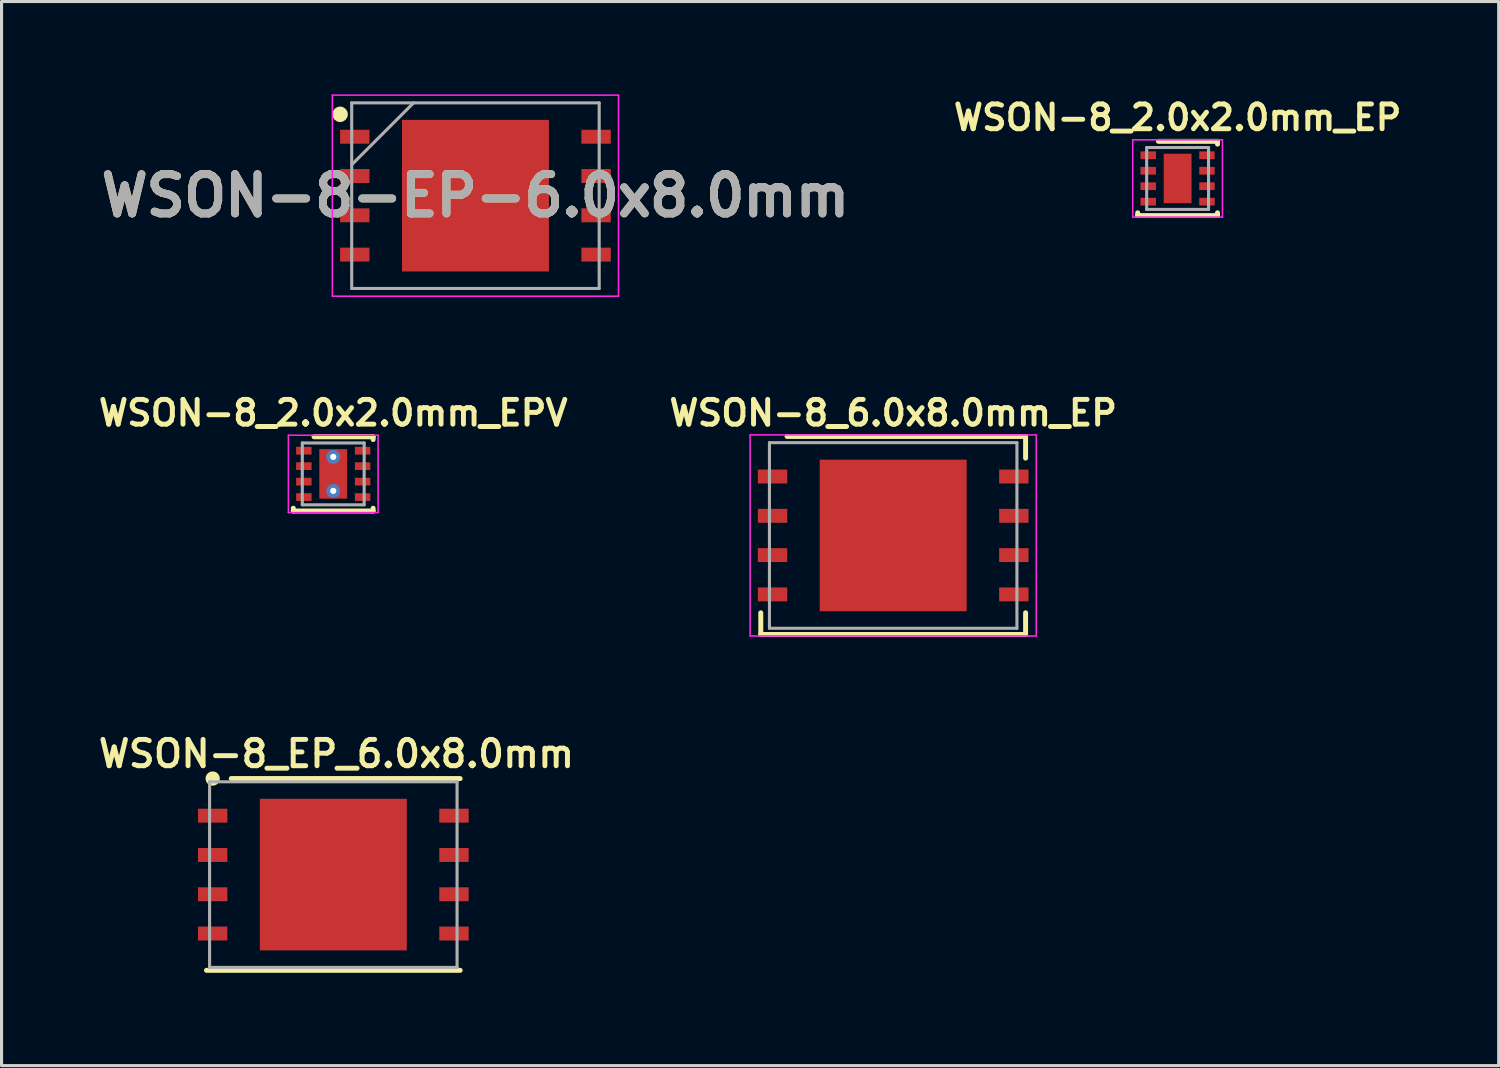
<source format=kicad_pcb>
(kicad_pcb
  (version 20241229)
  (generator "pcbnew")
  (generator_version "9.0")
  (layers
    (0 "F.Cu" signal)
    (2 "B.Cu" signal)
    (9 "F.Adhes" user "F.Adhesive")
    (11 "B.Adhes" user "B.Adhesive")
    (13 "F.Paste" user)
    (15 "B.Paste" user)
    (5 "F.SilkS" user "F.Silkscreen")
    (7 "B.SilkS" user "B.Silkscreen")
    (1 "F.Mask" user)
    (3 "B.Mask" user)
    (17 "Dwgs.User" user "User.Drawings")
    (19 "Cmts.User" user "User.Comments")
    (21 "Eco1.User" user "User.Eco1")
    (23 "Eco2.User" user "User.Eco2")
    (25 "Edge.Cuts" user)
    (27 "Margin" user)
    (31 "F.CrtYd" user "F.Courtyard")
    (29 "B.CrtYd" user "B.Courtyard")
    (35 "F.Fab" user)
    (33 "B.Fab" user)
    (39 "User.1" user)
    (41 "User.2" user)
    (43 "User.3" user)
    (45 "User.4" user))
  (footprint "WSON-8_2.0x2.0mm_EP"
    (layer "F.Cu")
    (at 35.017 2.719)
    (property "Reference" "WSON-8_2.0x2.0mm_EP" (at 0 -1.97 0) (layer "F.SilkS") (effects (font (size 0.8 0.8) (thickness 0.16))))
    (attr through_hole)
    (fp_line (start -1.29 1.11) (end -1.29 1.2) (stroke (width 0.16) (type solid)) (layer "F.SilkS"))
    (fp_line (start -1.29 1.2) (end 1.29 1.2) (stroke (width 0.16) (type solid)) (layer "F.SilkS"))
    (fp_line (start 1.29 -1.2) (end -0.62 -1.2) (stroke (width 0.16) (type solid)) (layer "F.SilkS"))
    (fp_line (start 1.29 -1.11) (end 1.29 -1.2) (stroke (width 0.16) (type solid)) (layer "F.SilkS"))
    (fp_line (start 1.29 1.11) (end 1.29 1.2) (stroke (width 0.16) (type solid)) (layer "F.SilkS"))
    (fp_line (start -1.45 -1.25) (end 1.45 -1.25) (stroke (width 0.05) (type solid)) (layer "F.CrtYd"))
    (fp_line (start -1.45 1.25) (end -1.45 -1.25) (stroke (width 0.05) (type solid)) (layer "F.CrtYd"))
    (fp_line (start 1.45 -1.25) (end 1.45 1.25) (stroke (width 0.05) (type solid)) (layer "F.CrtYd"))
    (fp_line (start 1.45 1.25) (end -1.45 1.25) (stroke (width 0.05) (type solid)) (layer "F.CrtYd"))
    (fp_line (start -1 -1) (end 1 -1) (stroke (width 0.1) (type solid)) (layer "F.Fab"))
    (fp_line (start -1 1) (end -1 -1) (stroke (width 0.1) (type solid)) (layer "F.Fab"))
    (fp_line (start 1 -1) (end 1 1) (stroke (width 0.1) (type solid)) (layer "F.Fab"))
    (fp_line (start 1 1) (end -1 1) (stroke (width 0.1) (type solid)) (layer "F.Fab"))
    (pad "" smd rect (at 0 -0.45) (size 0.9 0.7) (layers "F.Paste"))
    (pad "" smd rect (at 0 0.45) (size 0.9 0.7) (layers "F.Paste"))
    (pad "1" smd rect (at -0.95 -0.75) (size 0.5 0.25) (layers "F.Cu" "F.Mask" "F.Paste"))
    (pad "2" smd rect (at -0.95 -0.25) (size 0.5 0.25) (layers "F.Cu" "F.Mask" "F.Paste"))
    (pad "3" smd rect (at -0.95 0.25) (size 0.5 0.25) (layers "F.Cu" "F.Mask" "F.Paste"))
    (pad "4" smd rect (at -0.95 0.75) (size 0.5 0.25) (layers "F.Cu" "F.Mask" "F.Paste"))
    (pad "5" smd rect (at 0.95 0.75) (size 0.5 0.25) (layers "F.Cu" "F.Mask" "F.Paste"))
    (pad "6" smd rect (at 0.95 0.25) (size 0.5 0.25) (layers "F.Cu" "F.Mask" "F.Paste"))
    (pad "7" smd rect (at 0.95 -0.25) (size 0.5 0.25) (layers "F.Cu" "F.Mask" "F.Paste"))
    (pad "8" smd rect (at 0.95 -0.75) (size 0.5 0.25) (layers "F.Cu" "F.Mask" "F.Paste"))
    (pad "9" smd rect (at 0 0) (size 0.9 1.6) (layers "F.Cu" "F.Mask")))
  (footprint "WSON-8_2.0x2.0mm_EPV"
    (layer "F.Cu")
    (at 7.722 12.269)
    (property "Reference" "WSON-8_2.0x2.0mm_EPV" (at 0 -1.97 0) (layer "F.SilkS") (effects (font (size 0.8 0.8) (thickness 0.16))))
    (attr through_hole)
    (fp_line (start -1.29 1.11) (end -1.29 1.2) (stroke (width 0.16) (type solid)) (layer "F.SilkS"))
    (fp_line (start -1.29 1.2) (end 1.29 1.2) (stroke (width 0.16) (type solid)) (layer "F.SilkS"))
    (fp_line (start 1.29 -1.2) (end -0.62 -1.2) (stroke (width 0.16) (type solid)) (layer "F.SilkS"))
    (fp_line (start 1.29 -1.11) (end 1.29 -1.2) (stroke (width 0.16) (type solid)) (layer "F.SilkS"))
    (fp_line (start 1.29 1.11) (end 1.29 1.2) (stroke (width 0.16) (type solid)) (layer "F.SilkS"))
    (fp_line (start -1.45 -1.25) (end 1.45 -1.25) (stroke (width 0.05) (type solid)) (layer "F.CrtYd"))
    (fp_line (start -1.45 1.25) (end -1.45 -1.25) (stroke (width 0.05) (type solid)) (layer "F.CrtYd"))
    (fp_line (start 1.45 -1.25) (end 1.45 1.25) (stroke (width 0.05) (type solid)) (layer "F.CrtYd"))
    (fp_line (start 1.45 1.25) (end -1.45 1.25) (stroke (width 0.05) (type solid)) (layer "F.CrtYd"))
    (fp_line (start -1 -1) (end 1 -1) (stroke (width 0.1) (type solid)) (layer "F.Fab"))
    (fp_line (start -1 1) (end -1 -1) (stroke (width 0.1) (type solid)) (layer "F.Fab"))
    (fp_line (start 1 -1) (end 1 1) (stroke (width 0.1) (type solid)) (layer "F.Fab"))
    (fp_line (start 1 1) (end -1 1) (stroke (width 0.1) (type solid)) (layer "F.Fab"))
    (pad "" smd rect (at 0 -0.45) (size 0.9 0.7) (layers "F.Paste"))
    (pad "" smd rect (at 0 0.45) (size 0.9 0.7) (layers "F.Paste"))
    (pad "1" smd rect (at -0.95 -0.75) (size 0.5 0.25) (layers "F.Cu" "F.Mask" "F.Paste"))
    (pad "2" smd rect (at -0.95 -0.25) (size 0.5 0.25) (layers "F.Cu" "F.Mask" "F.Paste"))
    (pad "3" smd rect (at -0.95 0.25) (size 0.5 0.25) (layers "F.Cu" "F.Mask" "F.Paste"))
    (pad "4" smd rect (at -0.95 0.75) (size 0.5 0.25) (layers "F.Cu" "F.Mask" "F.Paste"))
    (pad "5" smd rect (at 0.95 0.75) (size 0.5 0.25) (layers "F.Cu" "F.Mask" "F.Paste"))
    (pad "6" smd rect (at 0.95 0.25) (size 0.5 0.25) (layers "F.Cu" "F.Mask" "F.Paste"))
    (pad "7" smd rect (at 0.95 -0.25) (size 0.5 0.25) (layers "F.Cu" "F.Mask" "F.Paste"))
    (pad "8" smd rect (at 0.95 -0.75) (size 0.5 0.25) (layers "F.Cu" "F.Mask" "F.Paste"))
    (pad "9" thru_hole circle (at 0 -0.55) (size 0.45 0.45) (drill 0.2) (layers "*.Cu"))
    (pad "9" smd rect (at 0 0) (size 0.9 1.6) (layers "F.Cu" "F.Mask"))
    (pad "9" thru_hole circle (at 0 0.55) (size 0.45 0.45) (drill 0.2) (layers "*.Cu")))
  (footprint "WSON-8-EP-6.0x8.0mm"
    (layer "F.Cu")
    (at 12.319 3.275)
    (property "Reference" "WSON-8-EP-6.0x8.0mm" (at 0 0 0) (layer "F.SilkS") (effects (font (size 1.27 1.27) (thickness 0.254))))
    (attr smd)
    (fp_circle (center -4.375 -2.63) (end -4.375 -2.505) (stroke (width 0.25) (type solid)) (fill no) (layer "F.SilkS"))
    (fp_line (start -4.625 -3.25) (end 4.625 -3.25) (stroke (width 0.05) (type solid)) (layer "F.CrtYd"))
    (fp_line (start -4.625 3.25) (end -4.625 -3.25) (stroke (width 0.05) (type solid)) (layer "F.CrtYd"))
    (fp_line (start 4.625 -3.25) (end 4.625 3.25) (stroke (width 0.05) (type solid)) (layer "F.CrtYd"))
    (fp_line (start 4.625 3.25) (end -4.625 3.25) (stroke (width 0.05) (type solid)) (layer "F.CrtYd"))
    (fp_line (start -4 -3) (end 4 -3) (stroke (width 0.1) (type solid)) (layer "F.Fab"))
    (fp_line (start -4 -1) (end -2 -3) (stroke (width 0.1) (type solid)) (layer "F.Fab"))
    (fp_line (start -4 3) (end -4 -3) (stroke (width 0.1) (type solid)) (layer "F.Fab"))
    (fp_line (start 4 -3) (end 4 3) (stroke (width 0.1) (type solid)) (layer "F.Fab"))
    (fp_line (start 4 3) (end -4 3) (stroke (width 0.1) (type solid)) (layer "F.Fab"))
    (fp_text user "${REFERENCE}" (at 0 0 0) (layer "F.Fab") (effects (font (size 1.27 1.27) (thickness 0.254))))
    (pad "1" smd rect (at -3.9 -1.905 90) (size 0.45 0.95) (layers "F.Cu" "F.Mask" "F.Paste"))
    (pad "2" smd rect (at -3.9 -0.635 90) (size 0.45 0.95) (layers "F.Cu" "F.Mask" "F.Paste"))
    (pad "3" smd rect (at -3.9 0.635 90) (size 0.45 0.95) (layers "F.Cu" "F.Mask" "F.Paste"))
    (pad "4" smd rect (at -3.9 1.905 90) (size 0.45 0.95) (layers "F.Cu" "F.Mask" "F.Paste"))
    (pad "5" smd rect (at 3.9 1.905 90) (size 0.45 0.95) (layers "F.Cu" "F.Mask" "F.Paste"))
    (pad "6" smd rect (at 3.9 0.635 90) (size 0.45 0.95) (layers "F.Cu" "F.Mask" "F.Paste"))
    (pad "7" smd rect (at 3.9 -0.635 90) (size 0.45 0.95) (layers "F.Cu" "F.Mask" "F.Paste"))
    (pad "8" smd rect (at 3.9 -1.905 90) (size 0.45 0.95) (layers "F.Cu" "F.Mask" "F.Paste"))
    (pad "9" smd rect (at 0 0) (size 4.75 4.9) (layers "F.Cu" "F.Mask" "F.Paste")))
  (footprint "WSON-8_6.0x8.0mm_EP"
    (layer "F.Cu")
    (at 25.823 14.259)
    (property "Reference" "WSON-8_6.0x8.0mm_EP" (at 0 -3.96 0) (layer "F.SilkS") (effects (font (size 0.8 0.8) (thickness 0.16))))
    (attr through_hole)
    (fp_line (start -4.28 2.5) (end -4.28 3.2) (stroke (width 0.16) (type solid)) (layer "F.SilkS"))
    (fp_line (start -4.28 3.2) (end 4.28 3.2) (stroke (width 0.16) (type solid)) (layer "F.SilkS"))
    (fp_line (start 4.28 -3.2) (end -3.43 -3.2) (stroke (width 0.16) (type solid)) (layer "F.SilkS"))
    (fp_line (start 4.28 -3.2) (end 4.28 -2.5) (stroke (width 0.16) (type solid)) (layer "F.SilkS"))
    (fp_line (start 4.28 2.5) (end 4.28 3.2) (stroke (width 0.16) (type solid)) (layer "F.SilkS"))
    (fp_line (start -4.625 -3.25) (end 4.625 -3.25) (stroke (width 0.05) (type solid)) (layer "F.CrtYd"))
    (fp_line (start -4.625 3.25) (end -4.625 -3.25) (stroke (width 0.05) (type solid)) (layer "F.CrtYd"))
    (fp_line (start 4.625 -3.25) (end 4.625 3.25) (stroke (width 0.05) (type solid)) (layer "F.CrtYd"))
    (fp_line (start 4.625 3.25) (end -4.625 3.25) (stroke (width 0.05) (type solid)) (layer "F.CrtYd"))
    (fp_line (start -4 -3) (end 4 -3) (stroke (width 0.1) (type solid)) (layer "F.Fab"))
    (fp_line (start -4 3) (end -4 -3) (stroke (width 0.1) (type solid)) (layer "F.Fab"))
    (fp_line (start 4 -3) (end 4 3) (stroke (width 0.1) (type solid)) (layer "F.Fab"))
    (fp_line (start 4 3) (end -4 3) (stroke (width 0.1) (type solid)) (layer "F.Fab"))
    (pad "" smd rect (at -1.65 -1.913) (size 1.45 1.075) (layers "F.Paste"))
    (pad "" smd rect (at -1.65 -0.637) (size 1.45 1.075) (layers "F.Paste"))
    (pad "" smd rect (at -1.65 0.637) (size 1.45 1.075) (layers "F.Paste"))
    (pad "" smd rect (at -1.65 1.913) (size 1.45 1.075) (layers "F.Paste"))
    (pad "" smd rect (at 0 -1.913) (size 1.45 1.075) (layers "F.Paste"))
    (pad "" smd rect (at 0 -0.637) (size 1.45 1.075) (layers "F.Paste"))
    (pad "" smd rect (at 0 0.637) (size 1.45 1.075) (layers "F.Paste"))
    (pad "" smd rect (at 0 1.913) (size 1.45 1.075) (layers "F.Paste"))
    (pad "" smd rect (at 1.65 -1.913) (size 1.45 1.075) (layers "F.Paste"))
    (pad "" smd rect (at 1.65 -0.637) (size 1.45 1.075) (layers "F.Paste"))
    (pad "" smd rect (at 1.65 0.637) (size 1.45 1.075) (layers "F.Paste"))
    (pad "" smd rect (at 1.65 1.913) (size 1.45 1.075) (layers "F.Paste"))
    (pad "1" smd rect (at -3.9 -1.905) (size 0.95 0.45) (layers "F.Cu" "F.Mask" "F.Paste"))
    (pad "2" smd rect (at -3.9 -0.635) (size 0.95 0.45) (layers "F.Cu" "F.Mask" "F.Paste"))
    (pad "3" smd rect (at -3.9 0.635) (size 0.95 0.45) (layers "F.Cu" "F.Mask" "F.Paste"))
    (pad "4" smd rect (at -3.9 1.905) (size 0.95 0.45) (layers "F.Cu" "F.Mask" "F.Paste"))
    (pad "5" smd rect (at 3.9 1.905) (size 0.95 0.45) (layers "F.Cu" "F.Mask" "F.Paste"))
    (pad "6" smd rect (at 3.9 0.635) (size 0.95 0.45) (layers "F.Cu" "F.Mask" "F.Paste"))
    (pad "7" smd rect (at 3.9 -0.635) (size 0.95 0.45) (layers "F.Cu" "F.Mask" "F.Paste"))
    (pad "8" smd rect (at 3.9 -1.905) (size 0.95 0.45) (layers "F.Cu" "F.Mask" "F.Paste"))
    (pad "9" smd rect (at 0 0) (size 4.75 4.9) (layers "F.Cu" "F.Mask")))
  (footprint "WSON-8_EP_6.0x8.0mm"
    (layer "F.Cu")
    (at 3.825 23.317)
    (property "Reference" "WSON-8_EP_6.0x8.0mm" (at 4 -2 0) (layer "F.SilkS") (effects (font (size 0.85 0.85) (thickness 0.16))))
    (attr smd)
    (fp_line (start 8 -1.2) (end 0.6 -1.2) (stroke (width 0.16) (type solid)) (layer "F.SilkS"))
    (fp_line (start 8 5) (end -0.2 5) (stroke (width 0.16) (type solid)) (layer "F.SilkS"))
    (fp_circle (center 0 -1.2) (end 0 -1.2) (stroke (width 0.2) (type solid)) (fill no) (layer "F.SilkS"))
    (fp_circle (center 0 -1.2) (end 0.15 -1.2) (stroke (width 0.16) (type solid)) (fill no) (layer "F.SilkS"))
    (fp_line (start -0.1 -1.095) (end 7.9 -1.095) (stroke (width 0.1) (type solid)) (layer "F.Fab"))
    (fp_line (start -0.1 4.905) (end -0.1 -1.095) (stroke (width 0.1) (type solid)) (layer "F.Fab"))
    (fp_line (start 7.9 -1.095) (end 7.9 4.905) (stroke (width 0.1) (type solid)) (layer "F.Fab"))
    (fp_line (start 7.9 4.905) (end -0.1 4.905) (stroke (width 0.1) (type solid)) (layer "F.Fab"))
    (pad "1" smd rect (at 0 0 90) (size 0.45 0.95) (layers "F.Cu" "F.Mask" "F.Paste"))
    (pad "2" smd rect (at 0 1.27 90) (size 0.45 0.95) (layers "F.Cu" "F.Mask" "F.Paste"))
    (pad "3" smd rect (at 0 2.54 90) (size 0.45 0.95) (layers "F.Cu" "F.Mask" "F.Paste"))
    (pad "4" smd rect (at 0 3.81 90) (size 0.45 0.95) (layers "F.Cu" "F.Mask" "F.Paste"))
    (pad "5" smd rect (at 7.8 3.81 90) (size 0.45 0.95) (layers "F.Cu" "F.Mask" "F.Paste"))
    (pad "6" smd rect (at 7.8 2.54 90) (size 0.45 0.95) (layers "F.Cu" "F.Mask" "F.Paste"))
    (pad "7" smd rect (at 7.8 1.27 90) (size 0.45 0.95) (layers "F.Cu" "F.Mask" "F.Paste"))
    (pad "8" smd rect (at 7.8 0 90) (size 0.45 0.95) (layers "F.Cu" "F.Mask" "F.Paste"))
    (pad "9" smd rect (at 3.9 1.905) (size 4.75 4.9) (layers "F.Cu" "F.Mask" "F.Paste")))
  (gr_rect
    (start -3 -3)
    (end 45.396 31.397)
    (stroke (width 0.1) (type default))
    (fill no)
    (layer "Edge.Cuts")))
</source>
